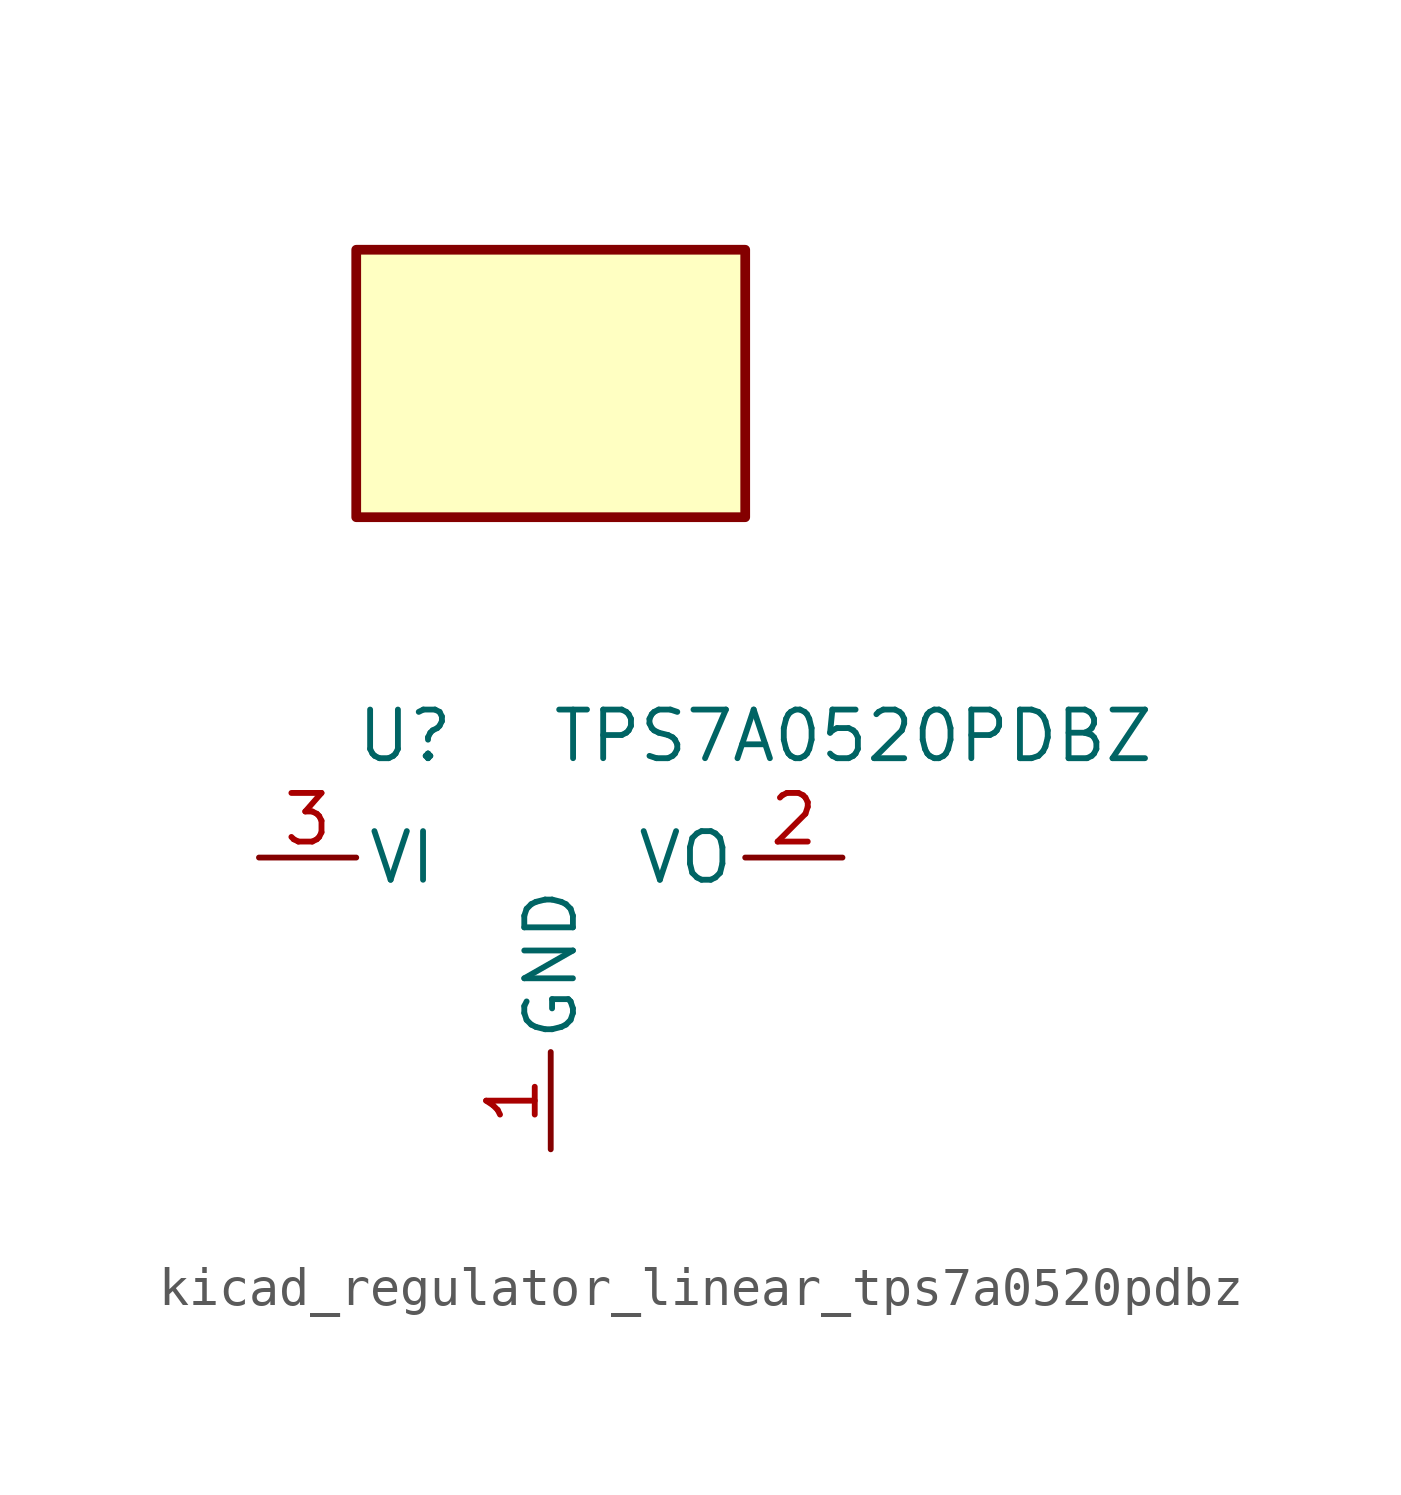
<source format=kicad_sym>
(kicad_symbol_lib
  (version 20220914)
  (generator kicad_symbol_editor)
  (symbol "kicad_regulator_linear_tps7a0520pdbz"
    (pin_names
      (offset 0.254))
    (property "Reference" "U"
      (at -3.81 3.175 0)
      (effects (font (size 1.27 1.27))))
    (property "Value" "TPS7A0520PDBZ"
      (at 0 3.175 0)
      (effects (font (size 1.27 1.27)) (justify left)))
    (symbol "kicad_regulator_linear_tps7a0520pdbz_0_1"
      (rectangle (start 5.08 15.875) (end -5.08 8.89) (stroke (width 0.254) (type default)) (fill (type background))))
    (symbol "kicad_regulator_linear_tps7a0520pdbz_1_1"
      (pin power_in line (at 0 -7.62 90) (length 2.54) (name "GND" (effects (font (size 1.27 1.27)))) (number "1" (effects (font (size 1.27 1.27)))))
      (pin power_out line (at 7.62 0 180) (length 2.54) (name "VO" (effects (font (size 1.27 1.27)))) (number "2" (effects (font (size 1.27 1.27)))))
      (pin power_in line (at -7.62 0 0) (length 2.54) (name "VI" (effects (font (size 1.27 1.27)))) (number "3" (effects (font (size 1.27 1.27))))))))
</source>
